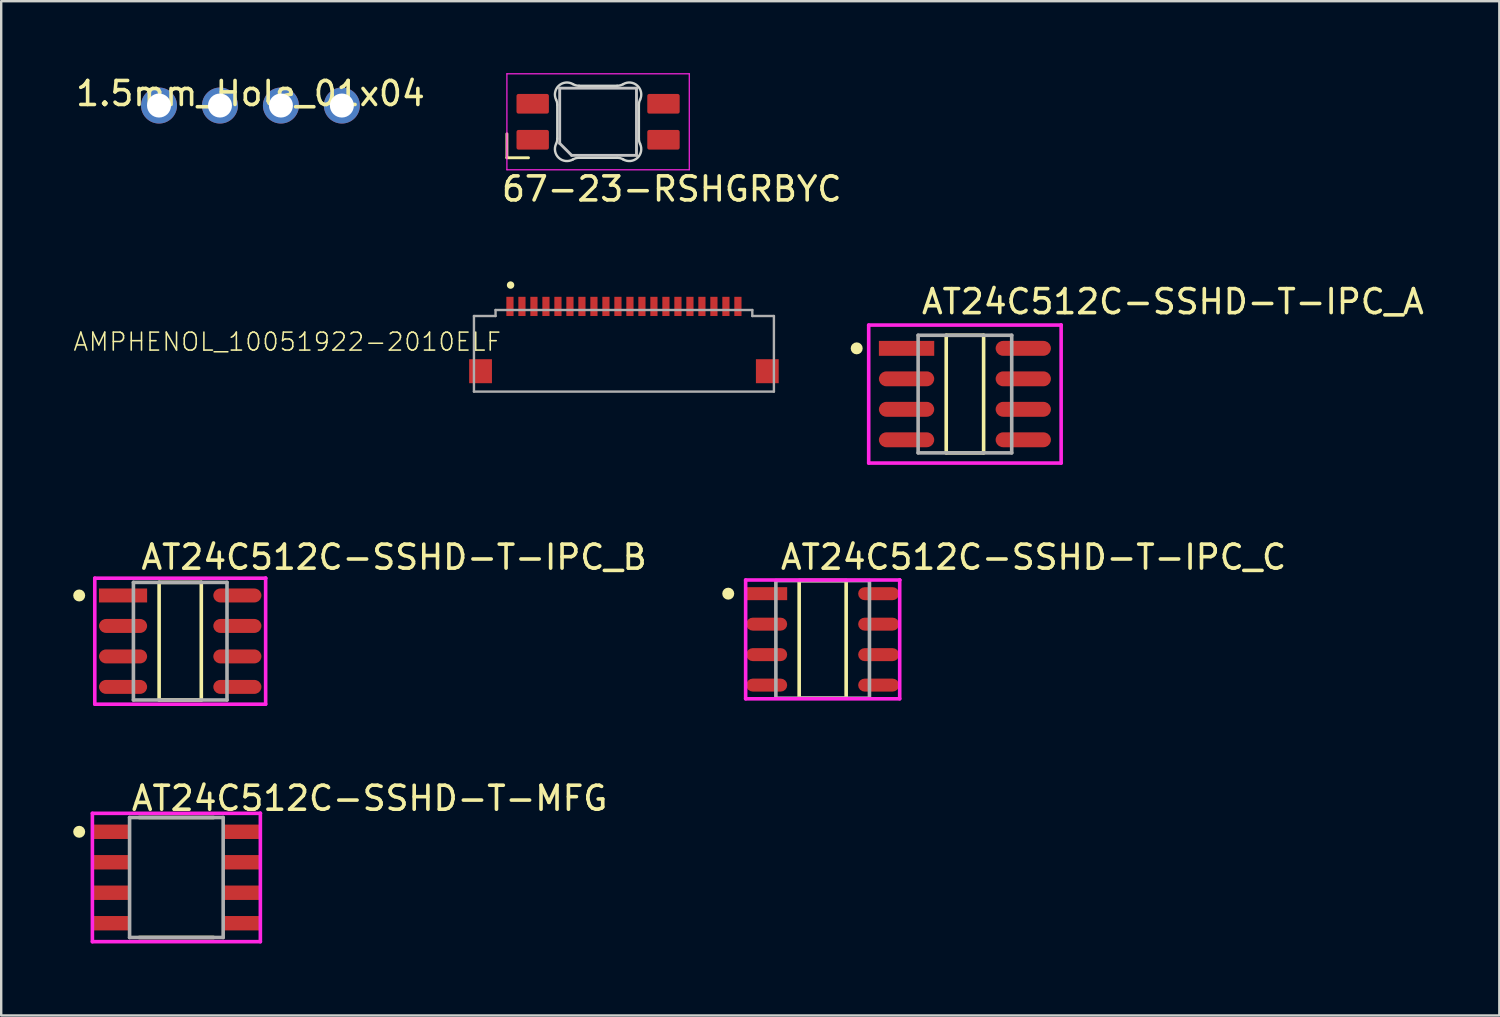
<source format=kicad_pcb>
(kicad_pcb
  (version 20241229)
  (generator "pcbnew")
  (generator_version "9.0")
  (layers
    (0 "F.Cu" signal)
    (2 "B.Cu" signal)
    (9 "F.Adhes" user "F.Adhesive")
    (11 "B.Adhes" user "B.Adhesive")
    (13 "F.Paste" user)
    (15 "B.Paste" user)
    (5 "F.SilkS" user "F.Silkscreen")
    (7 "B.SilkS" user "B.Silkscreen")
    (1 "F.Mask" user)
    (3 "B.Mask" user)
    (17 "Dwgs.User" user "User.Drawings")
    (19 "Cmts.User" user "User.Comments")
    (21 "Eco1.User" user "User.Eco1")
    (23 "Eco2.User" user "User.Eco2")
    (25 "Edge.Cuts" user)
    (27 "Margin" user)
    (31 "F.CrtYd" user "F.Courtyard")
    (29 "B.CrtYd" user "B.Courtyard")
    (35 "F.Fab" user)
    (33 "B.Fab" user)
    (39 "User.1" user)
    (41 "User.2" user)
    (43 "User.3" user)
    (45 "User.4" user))
  (footprint "AMPHENOL_10051922-2010ELF"
    (layer "F.Cu")
    (at 22.951 9.719)
    (property "Reference" "AMPHENOL_10051922-2010ELF" (at -5.066 1.914 180) (layer "F.SilkS") (effects (font (size 0.748 0.748) (thickness 0.065)) (justify right bottom)))
    (fp_circle (center -4.724 -0.889) (end -4.644 -0.889) (stroke (width 0.152) (type solid)) (fill no) (layer "F.SilkS"))
    (fp_line (start -6.25 0.4) (end -5.35 0.4) (stroke (width 0.1) (type solid)) (layer "F.Fab"))
    (fp_line (start -6.25 3.55) (end -6.25 0.4) (stroke (width 0.1) (type solid)) (layer "F.Fab"))
    (fp_line (start -5.35 0.15) (end 5.35 0.15) (stroke (width 0.1) (type solid)) (layer "F.Fab"))
    (fp_line (start -5.35 0.4) (end -5.35 0.15) (stroke (width 0.1) (type solid)) (layer "F.Fab"))
    (fp_line (start 5.35 0.15) (end 5.35 0.4) (stroke (width 0.1) (type solid)) (layer "F.Fab"))
    (fp_line (start 5.35 0.4) (end 6.25 0.4) (stroke (width 0.1) (type solid)) (layer "F.Fab"))
    (fp_line (start 6.25 0.4) (end 6.25 3.55) (stroke (width 0.1) (type solid)) (layer "F.Fab"))
    (fp_line (start 6.25 3.55) (end -6.25 3.55) (stroke (width 0.1) (type solid)) (layer "F.Fab"))
    (pad "1" smd rect (at -4.75 0) (size 0.3 0.8) (layers "F.Cu" "F.Mask" "F.Paste"))
    (pad "2" smd rect (at -4.25 0) (size 0.3 0.8) (layers "F.Cu" "F.Mask" "F.Paste"))
    (pad "3" smd rect (at -3.75 0) (size 0.3 0.8) (layers "F.Cu" "F.Mask" "F.Paste"))
    (pad "4" smd rect (at -3.25 0) (size 0.3 0.8) (layers "F.Cu" "F.Mask" "F.Paste"))
    (pad "5" smd rect (at -2.75 0) (size 0.3 0.8) (layers "F.Cu" "F.Mask" "F.Paste"))
    (pad "6" smd rect (at -2.25 0) (size 0.3 0.8) (layers "F.Cu" "F.Mask" "F.Paste"))
    (pad "7" smd rect (at -1.75 0) (size 0.3 0.8) (layers "F.Cu" "F.Mask" "F.Paste"))
    (pad "8" smd rect (at -1.25 0) (size 0.3 0.8) (layers "F.Cu" "F.Mask" "F.Paste"))
    (pad "9" smd rect (at -0.75 0) (size 0.3 0.8) (layers "F.Cu" "F.Mask" "F.Paste"))
    (pad "10" smd rect (at -0.25 0) (size 0.3 0.8) (layers "F.Cu" "F.Mask" "F.Paste"))
    (pad "11" smd rect (at 0.25 0) (size 0.3 0.8) (layers "F.Cu" "F.Mask" "F.Paste"))
    (pad "12" smd rect (at 0.75 0) (size 0.3 0.8) (layers "F.Cu" "F.Mask" "F.Paste"))
    (pad "13" smd rect (at 1.25 0) (size 0.3 0.8) (layers "F.Cu" "F.Mask" "F.Paste"))
    (pad "14" smd rect (at 1.75 0) (size 0.3 0.8) (layers "F.Cu" "F.Mask" "F.Paste"))
    (pad "15" smd rect (at 2.25 0) (size 0.3 0.8) (layers "F.Cu" "F.Mask" "F.Paste"))
    (pad "16" smd rect (at 2.75 0) (size 0.3 0.8) (layers "F.Cu" "F.Mask" "F.Paste"))
    (pad "17" smd rect (at 3.25 0) (size 0.3 0.8) (layers "F.Cu" "F.Mask" "F.Paste"))
    (pad "18" smd rect (at 3.75 0) (size 0.3 0.8) (layers "F.Cu" "F.Mask" "F.Paste"))
    (pad "19" smd rect (at 4.25 0) (size 0.3 0.8) (layers "F.Cu" "F.Mask" "F.Paste"))
    (pad "20" smd rect (at 4.75 0) (size 0.3 0.8) (layers "F.Cu" "F.Mask" "F.Paste"))
    (pad "P$21" smd rect (at -5.975 2.7) (size 0.95 1) (layers "F.Cu" "F.Mask" "F.Paste"))
    (pad "P$22" smd rect (at 5.975 2.7) (size 0.95 1) (layers "F.Cu" "F.Mask" "F.Paste")))
  (footprint "AT24C512C-SSHD-T-IPC_B"
    (layer "F.Cu")
    (at 4.46 23.67)
    (property "Reference" "AT24C512C-SSHD-T-IPC_B" (at -1.71 -3.5 0) (layer "F.SilkS") (effects (font (size 1 1) (thickness 0.15)) (justify left)))
    (attr through_hole)
    (fp_line (start -0.879 -2.45) (end 0.879 -2.45) (stroke (width 0.15) (type solid)) (layer "F.SilkS"))
    (fp_line (start -0.879 2.45) (end -0.879 -2.45) (stroke (width 0.15) (type solid)) (layer "F.SilkS"))
    (fp_line (start 0.879 -2.45) (end 0.879 2.45) (stroke (width 0.15) (type solid)) (layer "F.SilkS"))
    (fp_line (start 0.879 2.45) (end -0.879 2.45) (stroke (width 0.15) (type solid)) (layer "F.SilkS"))
    (fp_circle (center -4.21 -1.905) (end -4.085 -1.905) (stroke (width 0.25) (type solid)) (fill no) (layer "F.SilkS"))
    (fp_line (start -3.56 -2.625) (end -3.56 2.625) (stroke (width 0.15) (type solid)) (layer "F.CrtYd"))
    (fp_line (start -3.56 2.625) (end 3.56 2.625) (stroke (width 0.15) (type solid)) (layer "F.CrtYd"))
    (fp_line (start 3.56 -2.625) (end -3.56 -2.625) (stroke (width 0.15) (type solid)) (layer "F.CrtYd"))
    (fp_line (start 3.56 -2.625) (end 3.56 -2.625) (stroke (width 0.15) (type solid)) (layer "F.CrtYd"))
    (fp_line (start 3.56 2.625) (end 3.56 -2.625) (stroke (width 0.15) (type solid)) (layer "F.CrtYd"))
    (fp_line (start -1.95 -2.45) (end 1.95 -2.45) (stroke (width 0.15) (type solid)) (layer "F.Fab"))
    (fp_line (start -1.95 2.45) (end -1.95 -2.45) (stroke (width 0.15) (type solid)) (layer "F.Fab"))
    (fp_line (start 1.95 -2.45) (end 1.95 2.45) (stroke (width 0.15) (type solid)) (layer "F.Fab"))
    (fp_line (start 1.95 2.45) (end -1.95 2.45) (stroke (width 0.15) (type solid)) (layer "F.Fab"))
    (pad "1" smd rect (at -2.382 -1.905) (size 2.006 0.582) (layers "F.Cu" "F.Mask" "F.Paste"))
    (pad "2" smd roundrect (at -2.382 -0.635) (size 2.006 0.582) (layers "F.Cu" "F.Mask" "F.Paste") (roundrect_rratio 0.5))
    (pad "3" smd roundrect (at -2.382 0.635) (size 2.006 0.582) (layers "F.Cu" "F.Mask" "F.Paste") (roundrect_rratio 0.5))
    (pad "4" smd roundrect (at -2.382 1.905) (size 2.006 0.582) (layers "F.Cu" "F.Mask" "F.Paste") (roundrect_rratio 0.5))
    (pad "5" smd roundrect (at 2.382 1.905) (size 2.006 0.582) (layers "F.Cu" "F.Mask" "F.Paste") (roundrect_rratio 0.5))
    (pad "6" smd roundrect (at 2.382 0.635) (size 2.006 0.582) (layers "F.Cu" "F.Mask" "F.Paste") (roundrect_rratio 0.5))
    (pad "7" smd roundrect (at 2.382 -0.635) (size 2.006 0.582) (layers "F.Cu" "F.Mask" "F.Paste") (roundrect_rratio 0.5))
    (pad "8" smd roundrect (at 2.382 -1.905) (size 2.006 0.582) (layers "F.Cu" "F.Mask" "F.Paste") (roundrect_rratio 0.5)))
  (footprint "AT24C512C-SSHD-T-IPC_A"
    (layer "F.Cu")
    (at 37.161 13.372)
    (property "Reference" "AT24C512C-SSHD-T-IPC_A" (at -1.885 -3.85 0) (layer "F.SilkS") (effects (font (size 1 1) (thickness 0.15)) (justify left)))
    (attr through_hole)
    (fp_line (start -0.779 -2.45) (end 0.779 -2.45) (stroke (width 0.15) (type solid)) (layer "F.SilkS"))
    (fp_line (start -0.779 2.45) (end -0.779 -2.45) (stroke (width 0.15) (type solid)) (layer "F.SilkS"))
    (fp_line (start 0.779 -2.45) (end 0.779 2.45) (stroke (width 0.15) (type solid)) (layer "F.SilkS"))
    (fp_line (start 0.779 2.45) (end -0.779 2.45) (stroke (width 0.15) (type solid)) (layer "F.SilkS"))
    (fp_circle (center -4.51 -1.905) (end -4.385 -1.905) (stroke (width 0.25) (type solid)) (fill no) (layer "F.SilkS"))
    (fp_line (start -4.01 -2.875) (end -4.01 2.875) (stroke (width 0.15) (type solid)) (layer "F.CrtYd"))
    (fp_line (start -4.01 2.875) (end 4.01 2.875) (stroke (width 0.15) (type solid)) (layer "F.CrtYd"))
    (fp_line (start 4.01 -2.875) (end -4.01 -2.875) (stroke (width 0.15) (type solid)) (layer "F.CrtYd"))
    (fp_line (start 4.01 -2.875) (end 4.01 -2.875) (stroke (width 0.15) (type solid)) (layer "F.CrtYd"))
    (fp_line (start 4.01 2.875) (end 4.01 -2.875) (stroke (width 0.15) (type solid)) (layer "F.CrtYd"))
    (fp_line (start -1.95 -2.45) (end 1.95 -2.45) (stroke (width 0.15) (type solid)) (layer "F.Fab"))
    (fp_line (start -1.95 2.45) (end -1.95 -2.45) (stroke (width 0.15) (type solid)) (layer "F.Fab"))
    (fp_line (start 1.95 -2.45) (end 1.95 2.45) (stroke (width 0.15) (type solid)) (layer "F.Fab"))
    (fp_line (start 1.95 2.45) (end -1.95 2.45) (stroke (width 0.15) (type solid)) (layer "F.Fab"))
    (pad "1" smd rect (at -2.432 -1.905) (size 2.306 0.622) (layers "F.Cu" "F.Mask" "F.Paste"))
    (pad "2" smd roundrect (at -2.432 -0.635) (size 2.306 0.622) (layers "F.Cu" "F.Mask" "F.Paste") (roundrect_rratio 0.5))
    (pad "3" smd roundrect (at -2.432 0.635) (size 2.306 0.622) (layers "F.Cu" "F.Mask" "F.Paste") (roundrect_rratio 0.5))
    (pad "4" smd roundrect (at -2.432 1.905) (size 2.306 0.622) (layers "F.Cu" "F.Mask" "F.Paste") (roundrect_rratio 0.5))
    (pad "5" smd roundrect (at 2.432 1.905) (size 2.306 0.622) (layers "F.Cu" "F.Mask" "F.Paste") (roundrect_rratio 0.5))
    (pad "6" smd roundrect (at 2.432 0.635) (size 2.306 0.622) (layers "F.Cu" "F.Mask" "F.Paste") (roundrect_rratio 0.5))
    (pad "7" smd roundrect (at 2.432 -0.635) (size 2.306 0.622) (layers "F.Cu" "F.Mask" "F.Paste") (roundrect_rratio 0.5))
    (pad "8" smd roundrect (at 2.432 -1.905) (size 2.306 0.622) (layers "F.Cu" "F.Mask" "F.Paste") (roundrect_rratio 0.5)))
  (footprint "AT24C512C-SSHD-T-IPC_C"
    (layer "F.Cu")
    (at 31.233 23.595)
    (property "Reference" "AT24C512C-SSHD-T-IPC_C" (at -1.835 -3.425 0) (layer "F.SilkS") (effects (font (size 1 1) (thickness 0.15)) (justify left)))
    (attr through_hole)
    (fp_line (start -0.979 -2.45) (end 0.979 -2.45) (stroke (width 0.15) (type solid)) (layer "F.SilkS"))
    (fp_line (start -0.979 2.45) (end -0.979 -2.45) (stroke (width 0.15) (type solid)) (layer "F.SilkS"))
    (fp_line (start 0.979 -2.45) (end 0.979 2.45) (stroke (width 0.15) (type solid)) (layer "F.SilkS"))
    (fp_line (start 0.979 2.45) (end -0.979 2.45) (stroke (width 0.15) (type solid)) (layer "F.SilkS"))
    (fp_circle (center -3.935 -1.905) (end -3.81 -1.905) (stroke (width 0.25) (type solid)) (fill no) (layer "F.SilkS"))
    (fp_line (start -3.21 -2.475) (end -3.21 2.475) (stroke (width 0.15) (type solid)) (layer "F.CrtYd"))
    (fp_line (start -3.21 2.475) (end 3.21 2.475) (stroke (width 0.15) (type solid)) (layer "F.CrtYd"))
    (fp_line (start 3.21 -2.475) (end -3.21 -2.475) (stroke (width 0.15) (type solid)) (layer "F.CrtYd"))
    (fp_line (start 3.21 -2.475) (end 3.21 -2.475) (stroke (width 0.15) (type solid)) (layer "F.CrtYd"))
    (fp_line (start 3.21 2.475) (end 3.21 -2.475) (stroke (width 0.15) (type solid)) (layer "F.CrtYd"))
    (fp_line (start -1.95 -2.45) (end 1.95 -2.45) (stroke (width 0.15) (type solid)) (layer "F.Fab"))
    (fp_line (start -1.95 2.45) (end -1.95 -2.45) (stroke (width 0.15) (type solid)) (layer "F.Fab"))
    (fp_line (start 1.95 -2.45) (end 1.95 2.45) (stroke (width 0.15) (type solid)) (layer "F.Fab"))
    (fp_line (start 1.95 2.45) (end -1.95 2.45) (stroke (width 0.15) (type solid)) (layer "F.Fab"))
    (pad "1" smd rect (at -2.332 -1.905) (size 1.706 0.542) (layers "F.Cu" "F.Mask" "F.Paste"))
    (pad "2" smd roundrect (at -2.332 -0.635) (size 1.706 0.542) (layers "F.Cu" "F.Mask" "F.Paste") (roundrect_rratio 0.5))
    (pad "3" smd roundrect (at -2.332 0.635) (size 1.706 0.542) (layers "F.Cu" "F.Mask" "F.Paste") (roundrect_rratio 0.5))
    (pad "4" smd roundrect (at -2.332 1.905) (size 1.706 0.542) (layers "F.Cu" "F.Mask" "F.Paste") (roundrect_rratio 0.5))
    (pad "5" smd roundrect (at 2.332 1.905) (size 1.706 0.542) (layers "F.Cu" "F.Mask" "F.Paste") (roundrect_rratio 0.5))
    (pad "6" smd roundrect (at 2.332 0.635) (size 1.706 0.542) (layers "F.Cu" "F.Mask" "F.Paste") (roundrect_rratio 0.5))
    (pad "7" smd roundrect (at 2.332 -0.635) (size 1.706 0.542) (layers "F.Cu" "F.Mask" "F.Paste") (roundrect_rratio 0.5))
    (pad "8" smd roundrect (at 2.332 -1.905) (size 1.706 0.542) (layers "F.Cu" "F.Mask" "F.Paste") (roundrect_rratio 0.5)))
  (footprint "67-23-RSHGRBYC"
    (layer "F.Cu")
    (at 21.874 2.025)
    (property "Reference" "67-23-RSHGRBYC" (at -4.1 2.8 0) (layer "F.SilkS") (effects (font (size 1 1) (thickness 0.15)) (justify left)))
    (fp_line (start -3.8 0.5) (end -3.8 1.5) (stroke (width 0.12) (type solid)) (layer "F.SilkS"))
    (fp_line (start -3.8 1.5) (end -2.9 1.5) (stroke (width 0.12) (type solid)) (layer "F.SilkS"))
    (fp_line (start -1.6 -1.4) (end 1.6 -1.4) (stroke (width 0.12) (type solid)) (layer "Dwgs.User"))
    (fp_line (start -1.6 0.9) (end -1.6 -1.4) (stroke (width 0.12) (type solid)) (layer "Dwgs.User"))
    (fp_line (start -1.6 0.9) (end -1.1 1.4) (stroke (width 0.12) (type solid)) (layer "Dwgs.User"))
    (fp_line (start 1.6 -1.4) (end 1.6 1.4) (stroke (width 0.12) (type solid)) (layer "Dwgs.User"))
    (fp_line (start 1.6 1.4) (end -1.1 1.4) (stroke (width 0.12) (type solid)) (layer "Dwgs.User"))
    (fp_line (start -1.7 -0.703) (end -1.7 0.703) (stroke (width 0.1) (type solid)) (layer "Edge.Cuts"))
    (fp_line (start -0.794 1.5) (end 0.794 1.5) (stroke (width 0.1) (type solid)) (layer "Edge.Cuts"))
    (fp_line (start 0.794 -1.5) (end -0.794 -1.5) (stroke (width 0.1) (type solid)) (layer "Edge.Cuts"))
    (fp_line (start 1.7 0.703) (end 1.7 -0.703) (stroke (width 0.1) (type solid)) (layer "Edge.Cuts"))
    (fp_arc (start -1.749484 -0.919721) (mid -1.712527 -0.814069) (end -1.699999 -0.702844) (stroke (width 0.1) (type solid)) (layer "Edge.Cuts"))
    (fp_arc (start -1.749484 -0.919721) (mid -1.638071 -1.504036) (end -1.046711 -1.568299) (stroke (width 0.1) (type solid)) (layer "Edge.Cuts"))
    (fp_arc (start -1.699999 0.702841) (mid -1.712527 0.814067) (end -1.749484 0.919719) (stroke (width 0.1) (type solid)) (layer "Edge.Cuts"))
    (fp_arc (start -1.046711 1.568298) (mid -1.638072 1.504034) (end -1.749484 0.919718) (stroke (width 0.1) (type solid)) (layer "Edge.Cuts"))
    (fp_arc (start -1.046711 1.568298) (mid -0.925123 1.517376) (end -0.794452 1.499999) (stroke (width 0.1) (type solid)) (layer "Edge.Cuts"))
    (fp_arc (start -0.794453 -1.5) (mid -0.925123 -1.517377) (end -1.046711 -1.568299) (stroke (width 0.1) (type solid)) (layer "Edge.Cuts"))
    (fp_arc (start 0.794452 1.499999) (mid 0.925122 1.517376) (end 1.04671 1.568298) (stroke (width 0.1) (type solid)) (layer "Edge.Cuts"))
    (fp_arc (start 1.046711 -1.5683) (mid 0.925123 -1.517378) (end 0.794453 -1.500001) (stroke (width 0.1) (type solid)) (layer "Edge.Cuts"))
    (fp_arc (start 1.046711 -1.5683) (mid 1.638071 -1.504036) (end 1.749484 -0.919721) (stroke (width 0.1) (type solid)) (layer "Edge.Cuts"))
    (fp_arc (start 1.699999 -0.702843) (mid 1.712527 -0.814069) (end 1.749484 -0.919721) (stroke (width 0.1) (type solid)) (layer "Edge.Cuts"))
    (fp_arc (start 1.749484 0.919719) (mid 1.63807 1.504033) (end 1.046711 1.568296) (stroke (width 0.1) (type solid)) (layer "Edge.Cuts"))
    (fp_arc (start 1.749484 0.919719) (mid 1.712527 0.814067) (end 1.699999 0.702842) (stroke (width 0.1) (type solid)) (layer "Edge.Cuts"))
    (fp_line (start -3.8 -2) (end 3.8 -2) (stroke (width 0.05) (type solid)) (layer "F.CrtYd"))
    (fp_line (start -3.8 2) (end -3.8 -2) (stroke (width 0.05) (type solid)) (layer "F.CrtYd"))
    (fp_line (start 3.8 -2) (end 3.8 2) (stroke (width 0.05) (type solid)) (layer "F.CrtYd"))
    (fp_line (start 3.8 2) (end -3.8 2) (stroke (width 0.05) (type solid)) (layer "F.CrtYd"))
    (pad "1" smd roundrect (at -2.725 0.75 90) (size 0.82 1.35) (layers "F.Cu" "F.Mask" "F.Paste") (roundrect_rratio 0.1))
    (pad "2" smd roundrect (at -2.725 -0.75 90) (size 0.82 1.35) (layers "F.Cu" "F.Mask" "F.Paste") (roundrect_rratio 0.1))
    (pad "3" smd roundrect (at 2.725 -0.75 90) (size 0.82 1.35) (layers "F.Cu" "F.Mask" "F.Paste") (roundrect_rratio 0.1))
    (pad "4" smd roundrect (at 2.725 0.75 90) (size 0.82 1.35) (layers "F.Cu" "F.Mask" "F.Paste") (roundrect_rratio 0.1)))
  (footprint "1.5mm_Hole_01x04"
    (layer "F.Cu")
    (at 7.387 1.348)
    (property "Reference" "1.5mm_Hole_01x04" (at 0 -0.5 0) (unlocked yes) (layer "F.SilkS") (effects (font (size 1 1) (thickness 0.15))))
    (attr through_hole)
    (pad "1" thru_hole circle (at -3.81 0) (size 1.5 1.5) (drill 1) (layers "*.Cu" "*.Mask"))
    (pad "2" thru_hole circle (at -1.27 0) (size 1.5 1.5) (drill 1) (layers "*.Cu" "*.Mask"))
    (pad "3" thru_hole circle (at 1.27 0) (size 1.5 1.5) (drill 1) (layers "*.Cu" "*.Mask"))
    (pad "4" thru_hole circle (at 3.81 0) (size 1.5 1.5) (drill 1) (layers "*.Cu" "*.Mask")))
  (footprint "AT24C512C-SSHD-T-MFG"
    (layer "F.Cu")
    (at 4.3 33.518)
    (property "Reference" "AT24C512C-SSHD-T-MFG" (at -1.95 -3.3 0) (layer "F.SilkS") (effects (font (size 1 1) (thickness 0.15)) (justify left)))
    (attr through_hole)
    (fp_line (start -1.55 -2.5) (end 1.55 -2.5) (stroke (width 0.15) (type solid)) (layer "F.SilkS"))
    (fp_line (start -1.55 2.5) (end 1.55 2.5) (stroke (width 0.15) (type solid)) (layer "F.SilkS"))
    (fp_circle (center -4.05 -1.905) (end -3.925 -1.905) (stroke (width 0.25) (type solid)) (fill no) (layer "F.SilkS"))
    (fp_line (start -3.5 -2.675) (end -3.5 2.675) (stroke (width 0.15) (type solid)) (layer "F.CrtYd"))
    (fp_line (start -3.5 2.675) (end 3.5 2.675) (stroke (width 0.15) (type solid)) (layer "F.CrtYd"))
    (fp_line (start 3.5 -2.675) (end -3.5 -2.675) (stroke (width 0.15) (type solid)) (layer "F.CrtYd"))
    (fp_line (start 3.5 -2.675) (end 3.5 -2.675) (stroke (width 0.15) (type solid)) (layer "F.CrtYd"))
    (fp_line (start 3.5 2.675) (end 3.5 -2.675) (stroke (width 0.15) (type solid)) (layer "F.CrtYd"))
    (fp_line (start -1.95 -2.5) (end 1.95 -2.5) (stroke (width 0.15) (type solid)) (layer "F.Fab"))
    (fp_line (start -1.95 2.5) (end -1.95 -2.5) (stroke (width 0.15) (type solid)) (layer "F.Fab"))
    (fp_line (start 1.95 -2.5) (end 1.95 2.5) (stroke (width 0.15) (type solid)) (layer "F.Fab"))
    (fp_line (start 1.95 2.5) (end -1.95 2.5) (stroke (width 0.15) (type solid)) (layer "F.Fab"))
    (pad "1" smd rect (at -2.7 -1.905) (size 1.55 0.6) (layers "F.Cu" "F.Mask" "F.Paste"))
    (pad "2" smd rect (at -2.7 -0.635) (size 1.55 0.6) (layers "F.Cu" "F.Mask" "F.Paste"))
    (pad "3" smd rect (at -2.7 0.635) (size 1.55 0.6) (layers "F.Cu" "F.Mask" "F.Paste"))
    (pad "4" smd rect (at -2.7 1.905) (size 1.55 0.6) (layers "F.Cu" "F.Mask" "F.Paste"))
    (pad "5" smd rect (at 2.7 1.905) (size 1.55 0.6) (layers "F.Cu" "F.Mask" "F.Paste"))
    (pad "6" smd rect (at 2.7 0.635) (size 1.55 0.6) (layers "F.Cu" "F.Mask" "F.Paste"))
    (pad "7" smd rect (at 2.7 -0.635) (size 1.55 0.6) (layers "F.Cu" "F.Mask" "F.Paste"))
    (pad "8" smd rect (at 2.7 -1.905) (size 1.55 0.6) (layers "F.Cu" "F.Mask" "F.Paste")))
  (gr_rect
    (start -3 -3)
    (end 59.431 39.268)
    (stroke (width 0.1) (type default))
    (fill no)
    (layer "Edge.Cuts")))
</source>
